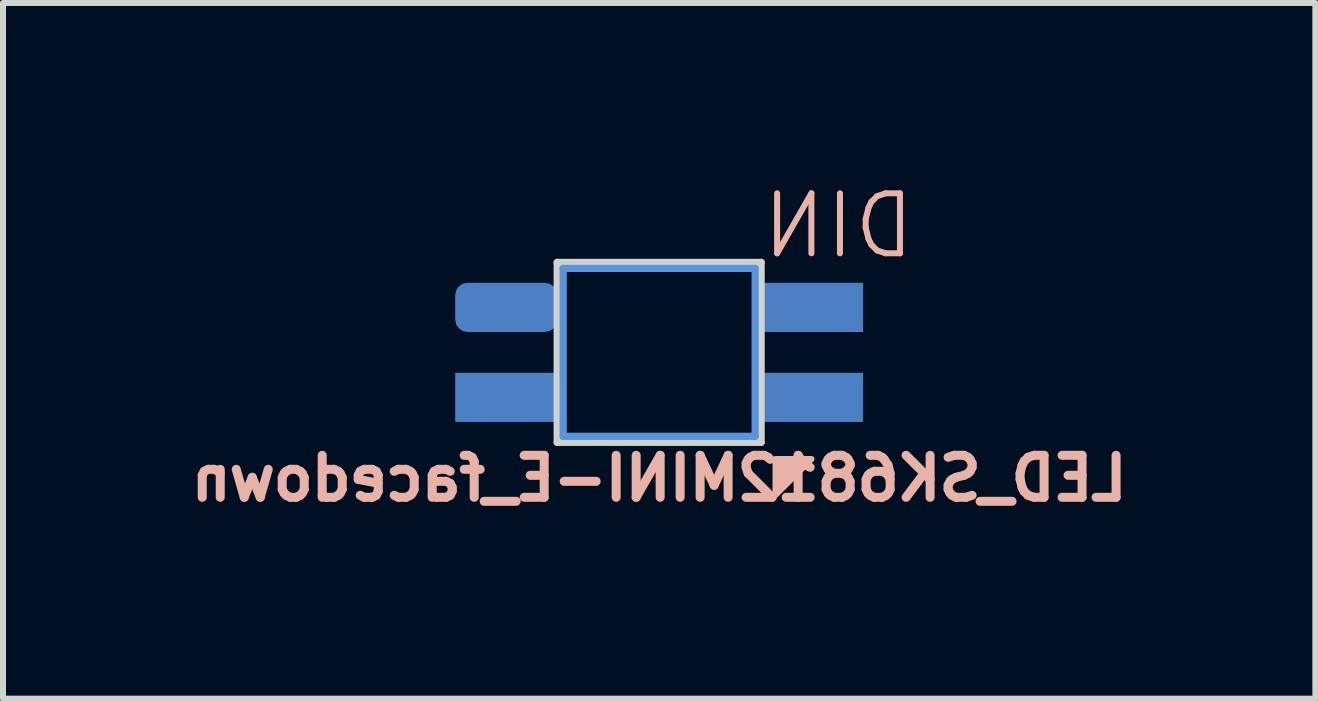
<source format=kicad_pcb>
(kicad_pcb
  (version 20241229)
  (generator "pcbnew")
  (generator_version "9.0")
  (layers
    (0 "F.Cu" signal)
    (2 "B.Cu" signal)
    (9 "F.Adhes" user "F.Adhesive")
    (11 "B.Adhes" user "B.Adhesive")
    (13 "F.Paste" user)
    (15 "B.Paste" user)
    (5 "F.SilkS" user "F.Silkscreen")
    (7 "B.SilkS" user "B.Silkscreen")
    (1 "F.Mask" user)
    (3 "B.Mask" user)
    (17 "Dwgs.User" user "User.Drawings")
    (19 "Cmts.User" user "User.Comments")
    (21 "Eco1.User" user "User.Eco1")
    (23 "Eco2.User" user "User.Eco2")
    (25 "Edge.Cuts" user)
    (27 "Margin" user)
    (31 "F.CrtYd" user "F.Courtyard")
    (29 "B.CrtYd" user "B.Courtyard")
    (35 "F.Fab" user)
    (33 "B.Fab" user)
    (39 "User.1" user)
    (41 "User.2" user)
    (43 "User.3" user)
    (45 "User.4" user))
  (footprint "LED_SK6812MINI-E_facedown"
    (layer "F.Cu")
    (at 7.938 2.824)
    (property "Reference" "LED_SK6812MINI-E_facedown" (at 0 2.1 0) (unlocked yes) (layer "B.SilkS") (effects (font (size 0.7 0.7) (thickness 0.15)) (justify mirror)))
    (attr through_hole)
    (fp_poly (pts (xy 2.54 1.778) (xy 1.94 1.778) (xy 1.94 2.378)) (stroke (width 0.1) (type solid)) (fill yes) (layer "B.SilkS"))
    (fp_line (start -1.6 -1.4) (end -1.6 1.4) (stroke (width 0.12) (type solid)) (layer "Cmts.User"))
    (fp_line (start -1.6 1.4) (end 1.6 1.4) (stroke (width 0.12) (type solid)) (layer "Cmts.User"))
    (fp_line (start 1.6 -1.4) (end -1.6 -1.4) (stroke (width 0.12) (type solid)) (layer "Cmts.User"))
    (fp_line (start 1.6 1.4) (end 1.6 -1.4) (stroke (width 0.12) (type solid)) (layer "Cmts.User"))
    (fp_line (start -1.7 -1.5) (end -1.7 1.5) (stroke (width 0.12) (type solid)) (layer "Edge.Cuts"))
    (fp_line (start -1.7 1.5) (end 1.7 1.5) (stroke (width 0.12) (type solid)) (layer "Edge.Cuts"))
    (fp_line (start 1.7 -1.5) (end -1.7 -1.5) (stroke (width 0.12) (type solid)) (layer "Edge.Cuts"))
    (fp_line (start 1.7 1.5) (end 1.7 -1.5) (stroke (width 0.12) (type solid)) (layer "Edge.Cuts"))
    (fp_text user "DIN" (at 4.318 -1.524 0) (unlocked yes) (layer "B.SilkS") (effects (font (size 1 1) (thickness 0.1)) (justify left bottom mirror)))
    (pad "1" smd roundrect (at -2.55 -0.75) (size 1.7 0.82) (layers "B.Cu" "B.Mask" "B.Paste") (roundrect_rratio 0.25))
    (pad "2" smd rect (at -2.55 0.75) (size 1.7 0.82) (layers "B.Cu" "B.Mask" "B.Paste"))
    (pad "3" smd rect (at 2.55 0.75) (size 1.7 0.82) (layers "B.Cu" "B.Mask" "B.Paste"))
    (pad "4" smd rect (at 2.55 -0.75) (size 1.7 0.82) (layers "B.Cu" "B.Mask" "B.Paste")))
  (gr_rect
    (start -3 -3)
    (end 18.877 8.597)
    (stroke (width 0.1) (type default))
    (fill no)
    (layer "Edge.Cuts")))
</source>
